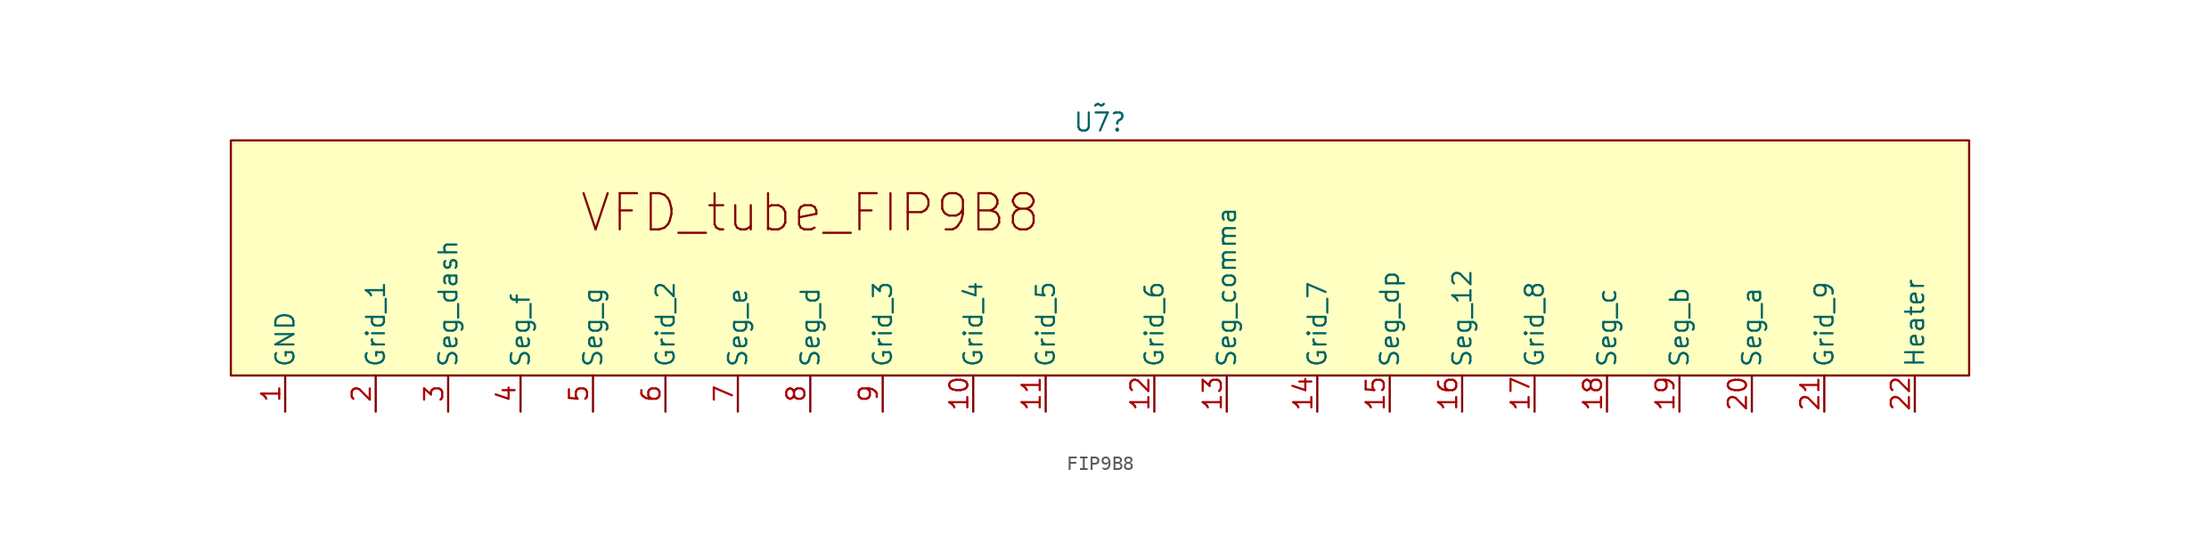
<source format=kicad_sym>
(kicad_symbol_lib
  (version 20220914)
  (generator kicad_symbol_editor)
  (symbol "FIP9B8"
    (property "Reference" "U7"
      (at 0 -1.27 0)
      (effects (font (size 1.27 1.27))))
    (property "Value" "~"
      (at 0 0 0)
      (effects (font (size 1.27 1.27))))
    (symbol "FIP9B8_1_1"
      (rectangle (start -60.96 -2.54) (end 60.96 -19.05) (stroke (width 0) (type default)) (fill (type background)))
      (text "VFD_tube_FIP9B8" (at -20.32 -7.62 0) (effects (font (size 2.54 2.54))))
      (pin input line (at -57.15 -21.59 90) (length 2.54) (name "GND" (effects (font (size 1.27 1.27)))) (number "1" (effects (font (size 1.27 1.27)))))
      (pin input line (at -8.89 -21.59 90) (length 2.54) (name "Grid_4" (effects (font (size 1.27 1.27)))) (number "10" (effects (font (size 1.27 1.27)))))
      (pin input line (at -3.81 -21.59 90) (length 2.54) (name "Grid_5" (effects (font (size 1.27 1.27)))) (number "11" (effects (font (size 1.27 1.27)))))
      (pin input line (at 3.81 -21.59 90) (length 2.54) (name "Grid_6" (effects (font (size 1.27 1.27)))) (number "12" (effects (font (size 1.27 1.27)))))
      (pin input line (at 8.89 -21.59 90) (length 2.54) (name "Seg_comma" (effects (font (size 1.27 1.27)))) (number "13" (effects (font (size 1.27 1.27)))))
      (pin input line (at 15.24 -21.59 90) (length 2.54) (name "Grid_7" (effects (font (size 1.27 1.27)))) (number "14" (effects (font (size 1.27 1.27)))))
      (pin input line (at 20.32 -21.59 90) (length 2.54) (name "Seg_dp" (effects (font (size 1.27 1.27)))) (number "15" (effects (font (size 1.27 1.27)))))
      (pin input line (at 25.4 -21.59 90) (length 2.54) (name "Seg_12" (effects (font (size 1.27 1.27)))) (number "16" (effects (font (size 1.27 1.27)))))
      (pin input line (at 30.48 -21.59 90) (length 2.54) (name "Grid_8" (effects (font (size 1.27 1.27)))) (number "17" (effects (font (size 1.27 1.27)))))
      (pin input line (at 35.56 -21.59 90) (length 2.54) (name "Seg_c" (effects (font (size 1.27 1.27)))) (number "18" (effects (font (size 1.27 1.27)))))
      (pin input line (at 40.64 -21.59 90) (length 2.54) (name "Seg_b" (effects (font (size 1.27 1.27)))) (number "19" (effects (font (size 1.27 1.27)))))
      (pin input line (at -50.8 -21.59 90) (length 2.54) (name "Grid_1" (effects (font (size 1.27 1.27)))) (number "2" (effects (font (size 1.27 1.27)))))
      (pin input line (at 45.72 -21.59 90) (length 2.54) (name "Seg_a" (effects (font (size 1.27 1.27)))) (number "20" (effects (font (size 1.27 1.27)))))
      (pin input line (at 50.8 -21.59 90) (length 2.54) (name "Grid_9" (effects (font (size 1.27 1.27)))) (number "21" (effects (font (size 1.27 1.27)))))
      (pin input line (at 57.15 -21.59 90) (length 2.54) (name "Heater" (effects (font (size 1.27 1.27)))) (number "22" (effects (font (size 1.27 1.27)))))
      (pin input line (at -45.72 -21.59 90) (length 2.54) (name "Seg_dash" (effects (font (size 1.27 1.27)))) (number "3" (effects (font (size 1.27 1.27)))))
      (pin input line (at -40.64 -21.59 90) (length 2.54) (name "Seg_f" (effects (font (size 1.27 1.27)))) (number "4" (effects (font (size 1.27 1.27)))))
      (pin input line (at -35.56 -21.59 90) (length 2.54) (name "Seg_g" (effects (font (size 1.27 1.27)))) (number "5" (effects (font (size 1.27 1.27)))))
      (pin input line (at -30.48 -21.59 90) (length 2.54) (name "Grid_2" (effects (font (size 1.27 1.27)))) (number "6" (effects (font (size 1.27 1.27)))))
      (pin input line (at -25.4 -21.59 90) (length 2.54) (name "Seg_e" (effects (font (size 1.27 1.27)))) (number "7" (effects (font (size 1.27 1.27)))))
      (pin input line (at -20.32 -21.59 90) (length 2.54) (name "Seg_d" (effects (font (size 1.27 1.27)))) (number "8" (effects (font (size 1.27 1.27)))))
      (pin input line (at -15.24 -21.59 90) (length 2.54) (name "Grid_3" (effects (font (size 1.27 1.27)))) (number "9" (effects (font (size 1.27 1.27))))))))
</source>
